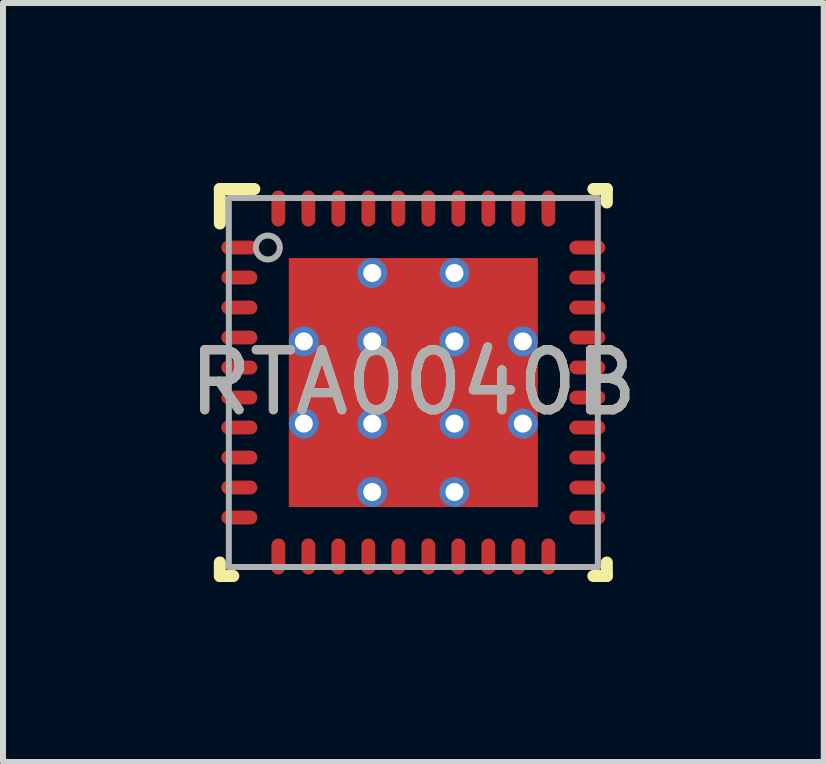
<source format=kicad_pcb>
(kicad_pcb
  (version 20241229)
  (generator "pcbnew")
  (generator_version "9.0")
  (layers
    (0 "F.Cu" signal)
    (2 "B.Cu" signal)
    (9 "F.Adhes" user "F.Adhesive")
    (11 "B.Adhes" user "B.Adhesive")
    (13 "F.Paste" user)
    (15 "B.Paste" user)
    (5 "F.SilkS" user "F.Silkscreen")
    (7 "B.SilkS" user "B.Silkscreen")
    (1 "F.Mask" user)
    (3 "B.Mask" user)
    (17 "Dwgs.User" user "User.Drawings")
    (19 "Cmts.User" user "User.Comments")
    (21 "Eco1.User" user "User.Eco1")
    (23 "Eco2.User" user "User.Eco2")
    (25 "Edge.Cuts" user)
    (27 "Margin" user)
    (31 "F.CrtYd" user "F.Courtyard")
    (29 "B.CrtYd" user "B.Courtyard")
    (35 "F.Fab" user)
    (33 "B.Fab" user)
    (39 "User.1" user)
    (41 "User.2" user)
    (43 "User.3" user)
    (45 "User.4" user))
  (footprint "RTA0040B"
    (layer "F.Cu")
    (at 3.839 3.325)
    (property "Reference" "RTA0040B" (at 0 0 0) (unlocked yes) (layer "F.SilkS") (effects (font (size 1 1) (thickness 0.15))))
    (attr smd)
    (fp_line (start -3.225 -3.225) (end -2.65 -3.225) (stroke (width 0.2) (type solid)) (layer "F.SilkS"))
    (fp_line (start -3.225 -2.65) (end -3.225 -3.225) (stroke (width 0.2) (type solid)) (layer "F.SilkS"))
    (fp_line (start -3.225 3.225) (end -3.225 3) (stroke (width 0.2) (type solid)) (layer "F.SilkS"))
    (fp_line (start -3.225 3.225) (end -3 3.225) (stroke (width 0.2) (type solid)) (layer "F.SilkS"))
    (fp_line (start 3 -3.225) (end 3.225 -3.225) (stroke (width 0.2) (type solid)) (layer "F.SilkS"))
    (fp_line (start 3 3.225) (end 3.225 3.225) (stroke (width 0.2) (type solid)) (layer "F.SilkS"))
    (fp_line (start 3.225 -3) (end 3.225 -3.225) (stroke (width 0.2) (type solid)) (layer "F.SilkS"))
    (fp_line (start 3.225 3.225) (end 3.225 3) (stroke (width 0.2) (type solid)) (layer "F.SilkS"))
    (fp_poly (pts (xy -1.955 -0.785) (xy -0.785 -0.785) (xy -0.785 -1.955) (xy -1.955 -1.955)) (stroke (width 0) (type solid)) (fill yes) (layer "F.Paste"))
    (fp_poly (pts (xy -1.955 0.585) (xy -0.785 0.585) (xy -0.785 -0.585) (xy -1.955 -0.585)) (stroke (width 0) (type solid)) (fill yes) (layer "F.Paste"))
    (fp_poly (pts (xy -1.955 1.955) (xy -0.785 1.955) (xy -0.785 0.785) (xy -1.955 0.785)) (stroke (width 0) (type solid)) (fill yes) (layer "F.Paste"))
    (fp_poly (pts (xy -0.585 -0.785) (xy 0.585 -0.785) (xy 0.585 -1.955) (xy -0.585 -1.955)) (stroke (width 0) (type solid)) (fill yes) (layer "F.Paste"))
    (fp_poly (pts (xy -0.585 0.585) (xy 0.585 0.585) (xy 0.585 -0.585) (xy -0.585 -0.585)) (stroke (width 0) (type solid)) (fill yes) (layer "F.Paste"))
    (fp_poly (pts (xy -0.585 1.955) (xy 0.585 1.955) (xy 0.585 0.785) (xy -0.585 0.785)) (stroke (width 0) (type solid)) (fill yes) (layer "F.Paste"))
    (fp_poly (pts (xy 0.785 -0.785) (xy 1.955 -0.785) (xy 1.955 -1.955) (xy 0.785 -1.955)) (stroke (width 0) (type solid)) (fill yes) (layer "F.Paste"))
    (fp_poly (pts (xy 0.785 0.585) (xy 1.955 0.585) (xy 1.955 -0.585) (xy 0.785 -0.585)) (stroke (width 0) (type solid)) (fill yes) (layer "F.Paste"))
    (fp_poly (pts (xy 0.785 1.955) (xy 1.955 1.955) (xy 1.955 0.785) (xy 0.785 0.785)) (stroke (width 0) (type solid)) (fill yes) (layer "F.Paste"))
    (fp_line (start -3.075 -3.075) (end 3.075 -3.075) (stroke (width 0.1) (type solid)) (layer "F.Fab"))
    (fp_line (start -3.075 3.075) (end -3.075 -3.075) (stroke (width 0.1) (type solid)) (layer "F.Fab"))
    (fp_line (start -3.075 3.075) (end 3.075 3.075) (stroke (width 0.1) (type solid)) (layer "F.Fab"))
    (fp_line (start 3.075 3.075) (end 3.075 -3.075) (stroke (width 0.1) (type solid)) (layer "F.Fab"))
    (fp_circle (center -2.425 -2.25) (end -2.225 -2.25) (stroke (width 0.1) (type solid)) (fill no) (layer "F.Fab"))
    (fp_text user "${REFERENCE}" (at 0 0 0) (unlocked yes) (layer "F.Fab") (effects (font (size 1 1) (thickness 0.15))))
    (pad "1" smd oval (at -2.9 -2.25 90) (size 0.23 0.6) (layers "F.Cu" "F.Mask" "F.Paste"))
    (pad "2" smd oval (at -2.9 -1.75 90) (size 0.23 0.6) (layers "F.Cu" "F.Mask" "F.Paste"))
    (pad "3" smd oval (at -2.9 -1.25 90) (size 0.23 0.6) (layers "F.Cu" "F.Mask" "F.Paste"))
    (pad "4" smd oval (at -2.9 -0.75 90) (size 0.23 0.6) (layers "F.Cu" "F.Mask" "F.Paste"))
    (pad "5" smd oval (at -2.9 -0.25 90) (size 0.23 0.6) (layers "F.Cu" "F.Mask" "F.Paste"))
    (pad "6" smd oval (at -2.9 0.25 90) (size 0.23 0.6) (layers "F.Cu" "F.Mask" "F.Paste"))
    (pad "7" smd oval (at -2.9 0.75 90) (size 0.23 0.6) (layers "F.Cu" "F.Mask" "F.Paste"))
    (pad "8" smd oval (at -2.9 1.25 90) (size 0.23 0.6) (layers "F.Cu" "F.Mask" "F.Paste"))
    (pad "9" smd oval (at -2.9 1.75 90) (size 0.23 0.6) (layers "F.Cu" "F.Mask" "F.Paste"))
    (pad "10" smd oval (at -2.9 2.25 90) (size 0.23 0.6) (layers "F.Cu" "F.Mask" "F.Paste"))
    (pad "11" smd oval (at -2.25 2.9) (size 0.23 0.6) (layers "F.Cu" "F.Mask" "F.Paste"))
    (pad "12" smd oval (at -1.75 2.9) (size 0.23 0.6) (layers "F.Cu" "F.Mask" "F.Paste"))
    (pad "13" smd oval (at -1.25 2.9) (size 0.23 0.6) (layers "F.Cu" "F.Mask" "F.Paste"))
    (pad "14" smd oval (at -0.75 2.9) (size 0.23 0.6) (layers "F.Cu" "F.Mask" "F.Paste"))
    (pad "15" smd oval (at -0.25 2.9) (size 0.23 0.6) (layers "F.Cu" "F.Mask" "F.Paste"))
    (pad "16" smd oval (at 0.25 2.9) (size 0.23 0.6) (layers "F.Cu" "F.Mask" "F.Paste"))
    (pad "17" smd oval (at 0.75 2.9) (size 0.23 0.6) (layers "F.Cu" "F.Mask" "F.Paste"))
    (pad "18" smd oval (at 1.25 2.9) (size 0.23 0.6) (layers "F.Cu" "F.Mask" "F.Paste"))
    (pad "19" smd oval (at 1.75 2.9) (size 0.23 0.6) (layers "F.Cu" "F.Mask" "F.Paste"))
    (pad "20" smd oval (at 2.25 2.9) (size 0.23 0.6) (layers "F.Cu" "F.Mask" "F.Paste"))
    (pad "21" smd oval (at 2.9 2.25 90) (size 0.23 0.6) (layers "F.Cu" "F.Mask" "F.Paste"))
    (pad "22" smd oval (at 2.9 1.75 90) (size 0.23 0.6) (layers "F.Cu" "F.Mask" "F.Paste"))
    (pad "23" smd oval (at 2.9 1.25 90) (size 0.23 0.6) (layers "F.Cu" "F.Mask" "F.Paste"))
    (pad "24" smd oval (at 2.9 0.75 90) (size 0.23 0.6) (layers "F.Cu" "F.Mask" "F.Paste"))
    (pad "25" smd oval (at 2.9 0.25 90) (size 0.23 0.6) (layers "F.Cu" "F.Mask" "F.Paste"))
    (pad "26" smd oval (at 2.9 -0.25 90) (size 0.23 0.6) (layers "F.Cu" "F.Mask" "F.Paste"))
    (pad "27" smd oval (at 2.9 -0.75 90) (size 0.23 0.6) (layers "F.Cu" "F.Mask" "F.Paste"))
    (pad "28" smd oval (at 2.9 -1.25 90) (size 0.23 0.6) (layers "F.Cu" "F.Mask" "F.Paste"))
    (pad "29" smd oval (at 2.9 -1.75 90) (size 0.23 0.6) (layers "F.Cu" "F.Mask" "F.Paste"))
    (pad "30" smd oval (at 2.9 -2.25 90) (size 0.23 0.6) (layers "F.Cu" "F.Mask" "F.Paste"))
    (pad "31" smd oval (at 2.25 -2.9) (size 0.23 0.6) (layers "F.Cu" "F.Mask" "F.Paste"))
    (pad "32" smd oval (at 1.75 -2.9) (size 0.23 0.6) (layers "F.Cu" "F.Mask" "F.Paste"))
    (pad "33" smd oval (at 1.25 -2.9) (size 0.23 0.6) (layers "F.Cu" "F.Mask" "F.Paste"))
    (pad "34" smd oval (at 0.75 -2.9) (size 0.23 0.6) (layers "F.Cu" "F.Mask" "F.Paste"))
    (pad "35" smd oval (at 0.25 -2.9) (size 0.23 0.6) (layers "F.Cu" "F.Mask" "F.Paste"))
    (pad "36" smd oval (at -0.25 -2.9) (size 0.23 0.6) (layers "F.Cu" "F.Mask" "F.Paste"))
    (pad "37" smd oval (at -0.75 -2.9) (size 0.23 0.6) (layers "F.Cu" "F.Mask" "F.Paste"))
    (pad "38" smd oval (at -1.25 -2.9) (size 0.23 0.6) (layers "F.Cu" "F.Mask" "F.Paste"))
    (pad "39" smd oval (at -1.75 -2.9) (size 0.23 0.6) (layers "F.Cu" "F.Mask" "F.Paste"))
    (pad "40" smd oval (at -2.25 -2.9) (size 0.23 0.6) (layers "F.Cu" "F.Mask" "F.Paste"))
    (pad "41" thru_hole circle (at -1.825 -0.685) (size 0.5 0.5) (drill 0.3) (layers "*.Cu"))
    (pad "41" thru_hole circle (at -1.825 0.685) (size 0.5 0.5) (drill 0.3) (layers "*.Cu"))
    (pad "41" thru_hole circle (at -0.685 -1.825) (size 0.5 0.5) (drill 0.3) (layers "*.Cu"))
    (pad "41" thru_hole circle (at -0.685 -0.685) (size 0.5 0.5) (drill 0.3) (layers "*.Cu"))
    (pad "41" thru_hole circle (at -0.685 0.685) (size 0.5 0.5) (drill 0.3) (layers "*.Cu"))
    (pad "41" thru_hole circle (at -0.685 1.825) (size 0.5 0.5) (drill 0.3) (layers "*.Cu"))
    (pad "41" smd rect (at 0 0) (size 4.15 4.15) (layers "F.Cu" "F.Mask"))
    (pad "41" thru_hole circle (at 0.685 -1.825) (size 0.5 0.5) (drill 0.3) (layers "*.Cu"))
    (pad "41" thru_hole circle (at 0.685 -0.685) (size 0.5 0.5) (drill 0.3) (layers "*.Cu"))
    (pad "41" thru_hole circle (at 0.685 0.685) (size 0.5 0.5) (drill 0.3) (layers "*.Cu"))
    (pad "41" thru_hole circle (at 0.685 1.825) (size 0.5 0.5) (drill 0.3) (layers "*.Cu"))
    (pad "41" thru_hole circle (at 1.825 -0.685) (size 0.5 0.5) (drill 0.3) (layers "*.Cu"))
    (pad "41" thru_hole circle (at 1.825 0.685) (size 0.5 0.5) (drill 0.3) (layers "*.Cu")))
  (gr_rect
    (start -3 -3)
    (end 10.679 9.65)
    (stroke (width 0.1) (type default))
    (fill no)
    (layer "Edge.Cuts")))
</source>
